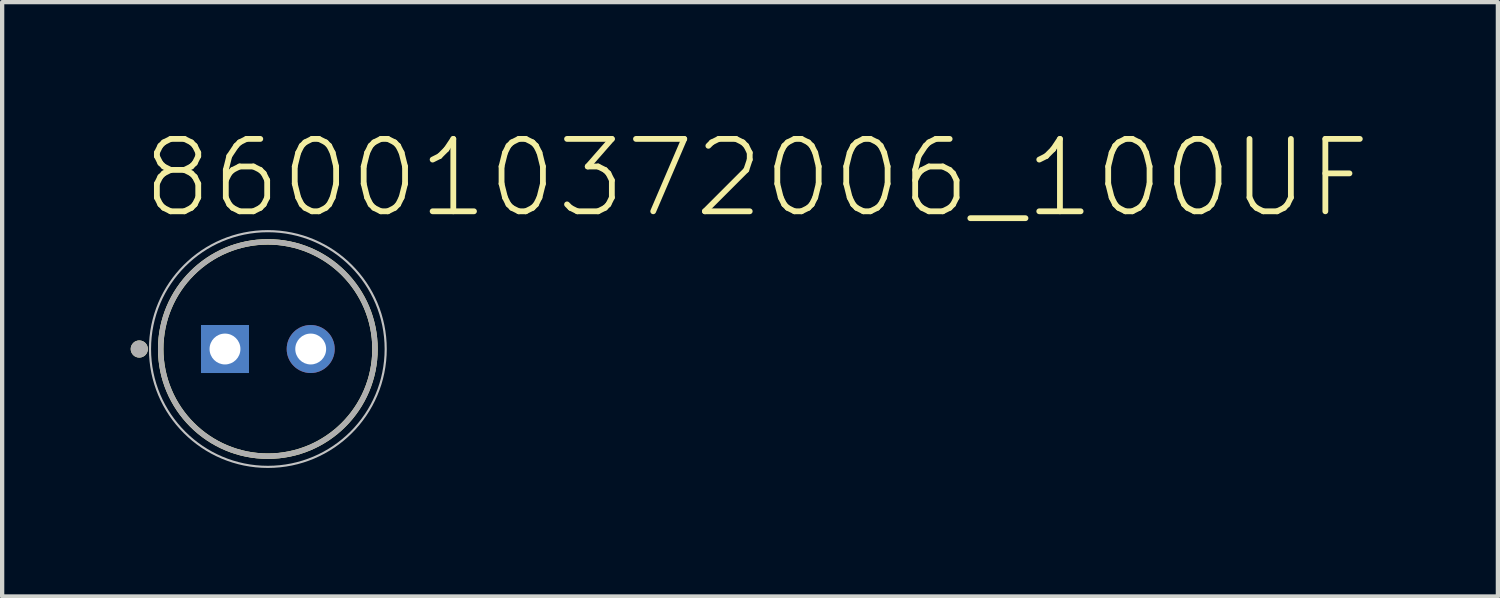
<source format=kicad_pcb>
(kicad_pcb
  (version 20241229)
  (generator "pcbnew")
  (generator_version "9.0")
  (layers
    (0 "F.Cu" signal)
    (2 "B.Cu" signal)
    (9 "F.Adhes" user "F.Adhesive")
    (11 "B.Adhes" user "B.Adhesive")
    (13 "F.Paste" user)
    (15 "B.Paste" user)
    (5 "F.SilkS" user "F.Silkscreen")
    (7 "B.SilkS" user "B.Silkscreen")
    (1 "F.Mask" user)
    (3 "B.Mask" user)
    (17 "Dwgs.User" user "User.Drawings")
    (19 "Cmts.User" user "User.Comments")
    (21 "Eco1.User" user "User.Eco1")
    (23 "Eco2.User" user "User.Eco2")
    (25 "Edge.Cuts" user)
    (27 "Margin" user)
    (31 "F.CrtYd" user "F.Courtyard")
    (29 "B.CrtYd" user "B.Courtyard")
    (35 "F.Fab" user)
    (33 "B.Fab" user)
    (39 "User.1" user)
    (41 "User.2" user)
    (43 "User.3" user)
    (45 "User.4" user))
  (footprint "860010372006_100UF"
    (layer "F.Cu")
    (at 3.2 5.094)
    (property "Reference" "860010372006_100UF" (at -3 -3 0) (layer "F.SilkS") (effects (font (size 1.689 1.689) (thickness 0.135)) (justify left bottom)))
    (attr through_hole)
    (fp_circle (center -3 0) (end -2.9 0) (stroke (width 0.2) (type solid)) (fill no) (layer "F.SilkS"))
    (fp_circle (center 0 0) (end 2.5 0) (stroke (width 0.127) (type solid)) (fill no) (layer "F.SilkS"))
    (fp_circle (center 0 0) (end 2.75 0) (stroke (width 0.05) (type solid)) (fill no) (layer "Dwgs.User"))
    (fp_circle (center -3 0) (end -2.9 0) (stroke (width 0.2) (type solid)) (fill no) (layer "F.Fab"))
    (fp_circle (center 0 0) (end 2.5 0) (stroke (width 0.127) (type solid)) (fill no) (layer "F.Fab"))
    (pad "1" thru_hole rect (at -1 0) (size 1.12 1.12) (drill 0.72) (layers "*.Cu" "*.Mask"))
    (pad "2" thru_hole circle (at 1 0) (size 1.12 1.12) (drill 0.72) (layers "*.Cu" "*.Mask")))
  (gr_rect
    (start -3 -3)
    (end 31.902 10.869)
    (stroke (width 0.1) (type default))
    (fill no)
    (layer "Edge.Cuts")))
</source>
